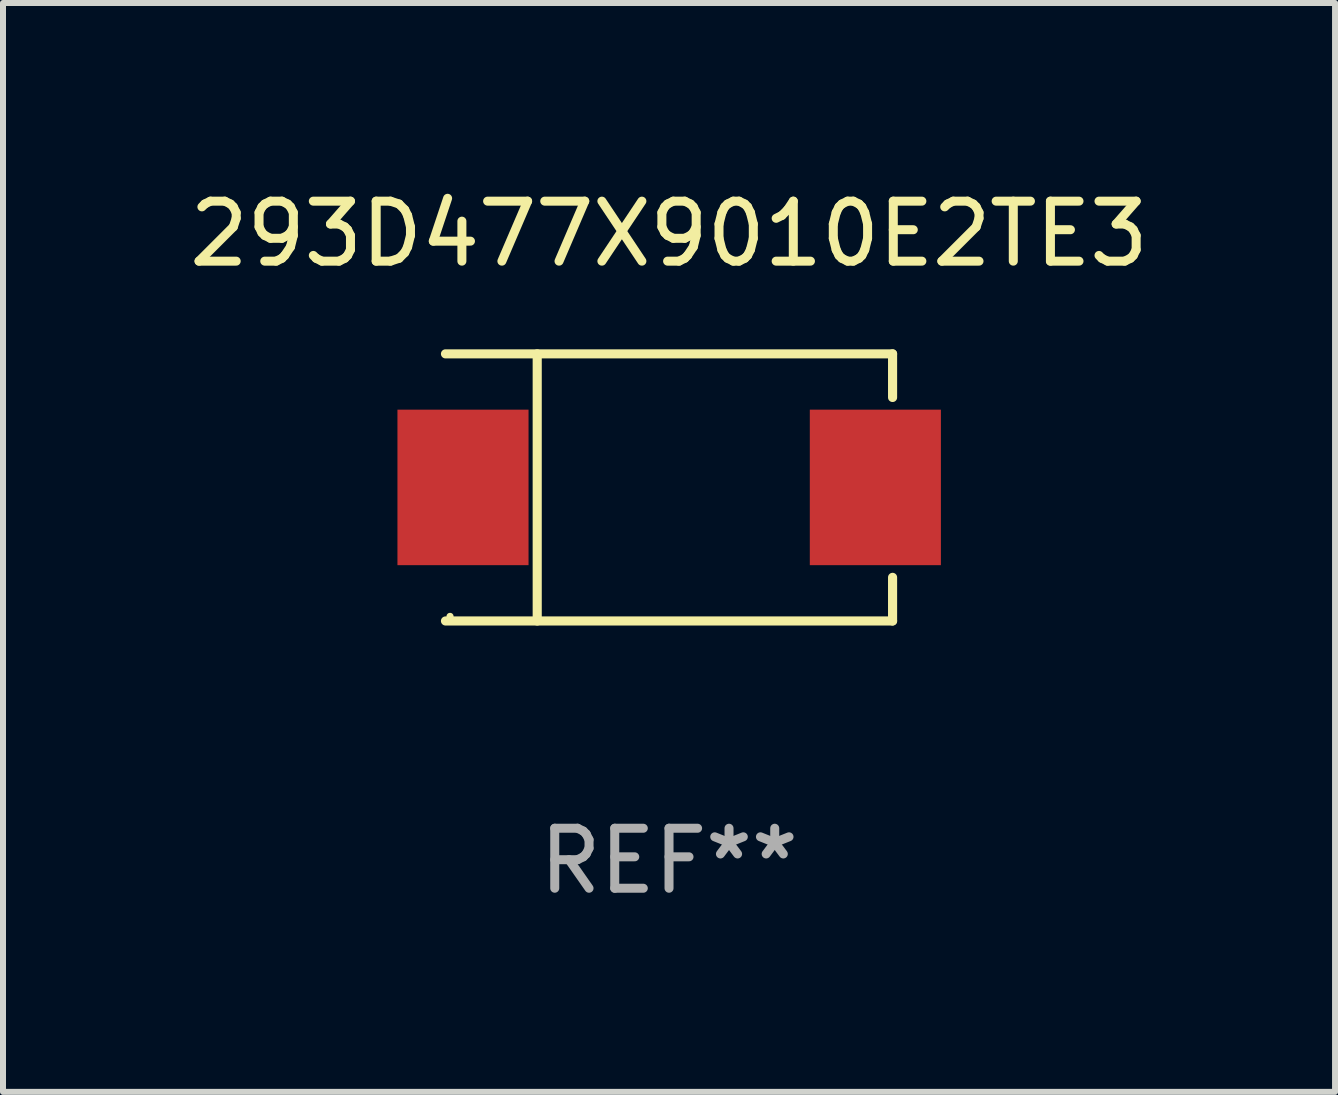
<source format=kicad_pcb>
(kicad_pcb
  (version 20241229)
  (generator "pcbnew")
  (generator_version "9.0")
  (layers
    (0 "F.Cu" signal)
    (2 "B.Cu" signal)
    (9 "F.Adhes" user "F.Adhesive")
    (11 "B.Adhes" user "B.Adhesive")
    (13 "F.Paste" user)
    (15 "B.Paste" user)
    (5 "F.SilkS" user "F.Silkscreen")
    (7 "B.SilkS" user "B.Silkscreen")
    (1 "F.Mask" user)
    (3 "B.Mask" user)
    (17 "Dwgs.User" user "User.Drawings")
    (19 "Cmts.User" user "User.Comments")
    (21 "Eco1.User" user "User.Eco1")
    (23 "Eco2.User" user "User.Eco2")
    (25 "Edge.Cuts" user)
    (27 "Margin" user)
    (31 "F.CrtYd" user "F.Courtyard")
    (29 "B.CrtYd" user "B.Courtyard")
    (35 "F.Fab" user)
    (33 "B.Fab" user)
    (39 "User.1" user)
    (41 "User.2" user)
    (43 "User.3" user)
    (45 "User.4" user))
  (footprint "293D477X9010E2TE3"
    (layer "F.Cu")
    (at 8.101 5.074)
    (property "Reference" "293D477X9010E2TE3" (at 0 -4.226 0) (layer "F.SilkS") (effects (font (size 1 1) (thickness 0.15))))
    (attr through_hole)
    (fp_line (start -3.726 -2.226) (end 3.726 -2.226) (stroke (width 0.152) (type solid)) (layer "F.SilkS"))
    (fp_line (start -3.726 2.226) (end 3.726 2.226) (stroke (width 0.152) (type solid)) (layer "F.SilkS"))
    (fp_line (start -2.197 -2.226) (end -2.197 2.226) (stroke (width 0.152) (type solid)) (layer "F.SilkS"))
    (fp_line (start 3.726 -2.226) (end 3.726 -1.499) (stroke (width 0.152) (type solid)) (layer "F.SilkS"))
    (fp_line (start 3.726 2.226) (end 3.726 1.499) (stroke (width 0.152) (type solid)) (layer "F.SilkS"))
    (fp_circle (center -3.65 2.15) (end -3.62 2.15) (stroke (width 0.06) (type solid)) (fill no) (layer "F.SilkS"))
    (fp_text user "REF**" (at 0 6.226 0) (layer "F.Fab") (effects (font (size 1 1) (thickness 0.15))))
    (pad "1" smd rect (at -3.434 0 180) (size 2.185 2.592) (layers "F.Cu" "F.Mask" "F.Paste"))
    (pad "2" smd rect (at 3.439 0 180) (size 2.185 2.592) (layers "F.Cu" "F.Mask" "F.Paste")))
  (gr_rect
    (start -3 -3)
    (end 19.202 15.149)
    (stroke (width 0.1) (type default))
    (fill no)
    (layer "Edge.Cuts")))
</source>
